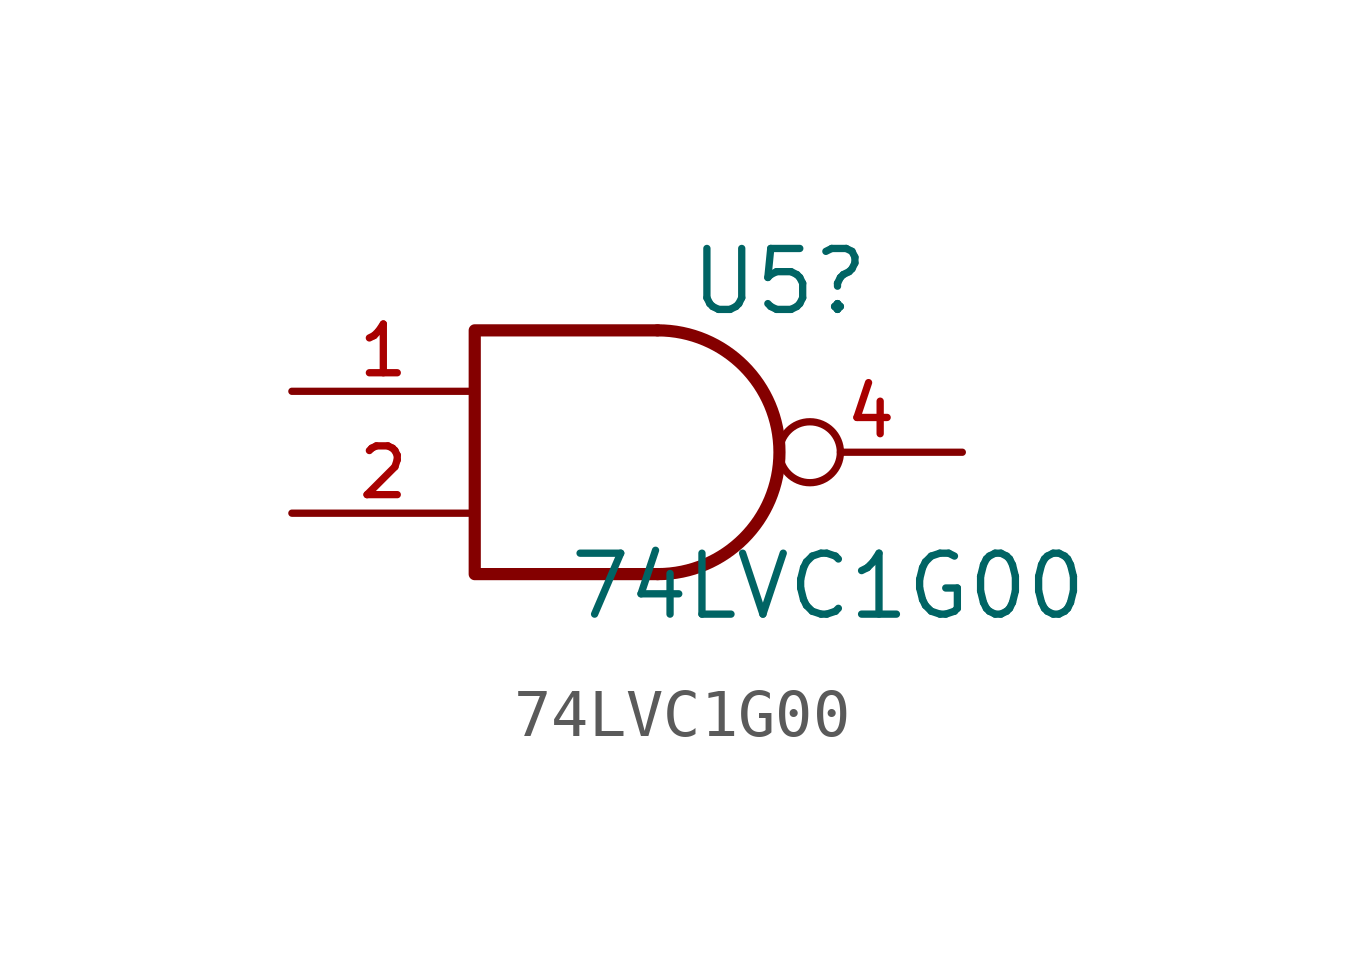
<source format=kicad_sym>
(kicad_symbol_lib
  (version 20220914)
  (generator kicad_symbol_editor)
  (symbol "74LVC1G00"
    (pin_names
      (offset 1.016))
    (property "Reference" "U5"
      (at 2.54 3.556 0)
      (effects (font (size 1.27 1.27))))
    (property "Value" "74LVC1G00"
      (at 3.556 -2.794 0)
      (effects (font (size 1.27 1.27))))
    (symbol "74LVC1G00_0_1"
      (arc (start 0 -2.54) (mid 2.529 0) (end 0 2.54) (stroke (width 0.254) (type default)) (fill (type none)))
      (polyline (pts (xy 0 -2.54) (xy -3.81 -2.54) (xy -3.81 2.54) (xy 0 2.54)) (stroke (width 0.254) (type default)) (fill (type none))))
    (symbol "74LVC1G00_1_1"
      (pin input line (at -7.62 1.27 0) (length 3.81) (name "~" (effects (font (size 1.016 1.016)))) (number "1" (effects (font (size 1.016 1.016)))))
      (pin input line (at -7.62 -1.27 0) (length 3.81) (name "~" (effects (font (size 1.016 1.016)))) (number "2" (effects (font (size 1.016 1.016)))))
      (pin power_in line (at 0 -2.54 270) (length 0) hide (name "GND" (effects (font (size 1.016 1.016)))) (number "3" (effects (font (size 1.016 1.016)))))
      (pin output inverted (at 6.35 0 180) (length 3.81) (name "~" (effects (font (size 1.016 1.016)))) (number "4" (effects (font (size 1.016 1.016)))))
      (pin power_in line (at 0 2.54 90) (length 0) hide (name "VCC" (effects (font (size 1.016 1.016)))) (number "5" (effects (font (size 1.016 1.016))))))))
</source>
